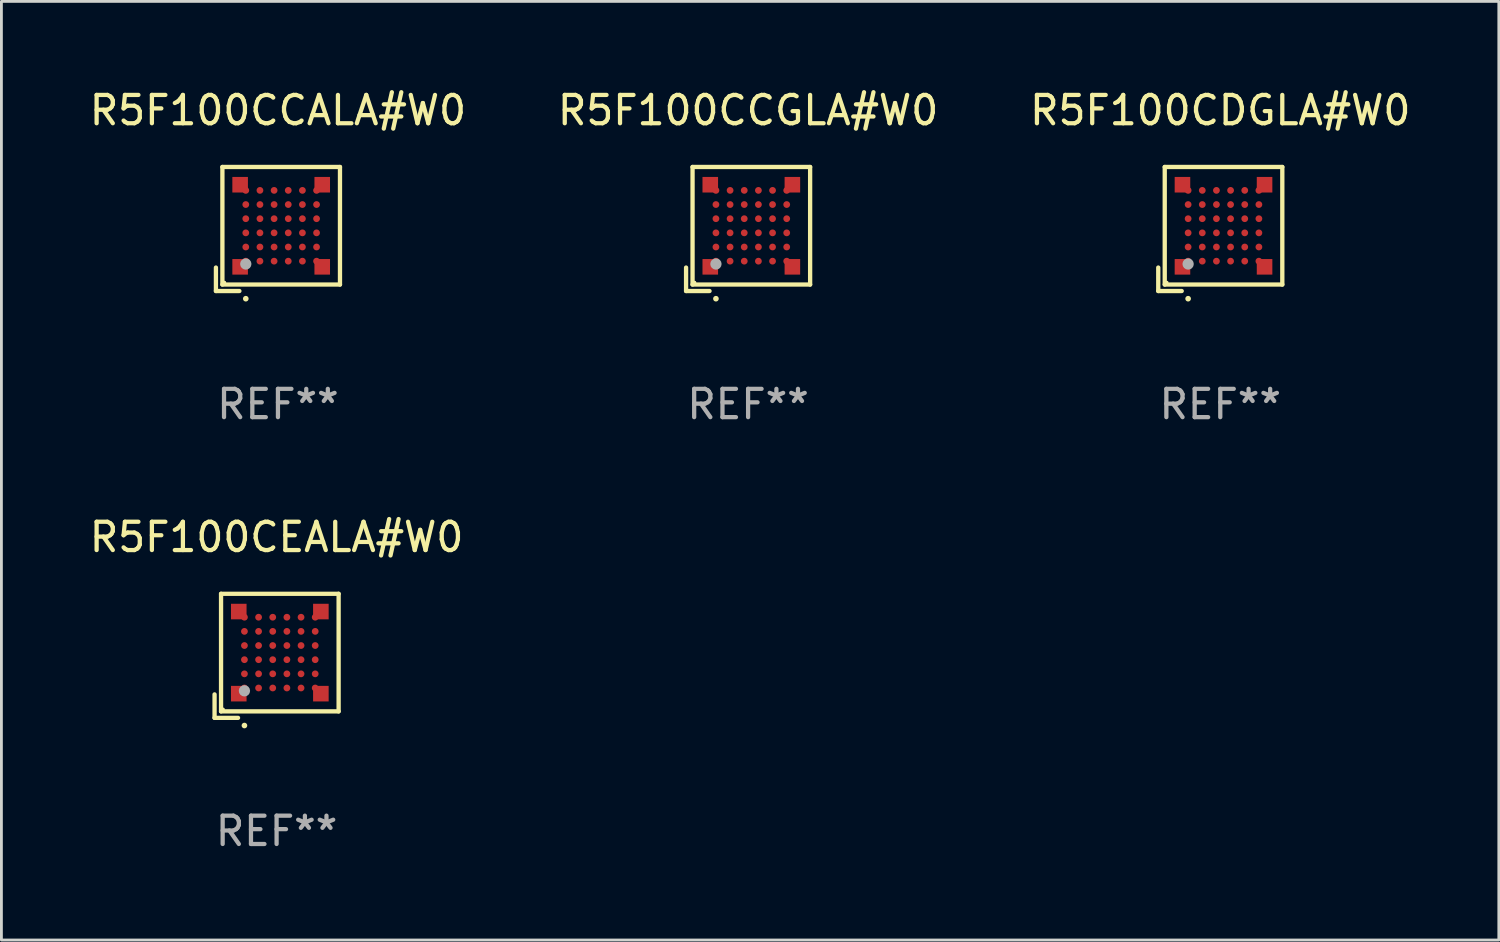
<source format=kicad_pcb>
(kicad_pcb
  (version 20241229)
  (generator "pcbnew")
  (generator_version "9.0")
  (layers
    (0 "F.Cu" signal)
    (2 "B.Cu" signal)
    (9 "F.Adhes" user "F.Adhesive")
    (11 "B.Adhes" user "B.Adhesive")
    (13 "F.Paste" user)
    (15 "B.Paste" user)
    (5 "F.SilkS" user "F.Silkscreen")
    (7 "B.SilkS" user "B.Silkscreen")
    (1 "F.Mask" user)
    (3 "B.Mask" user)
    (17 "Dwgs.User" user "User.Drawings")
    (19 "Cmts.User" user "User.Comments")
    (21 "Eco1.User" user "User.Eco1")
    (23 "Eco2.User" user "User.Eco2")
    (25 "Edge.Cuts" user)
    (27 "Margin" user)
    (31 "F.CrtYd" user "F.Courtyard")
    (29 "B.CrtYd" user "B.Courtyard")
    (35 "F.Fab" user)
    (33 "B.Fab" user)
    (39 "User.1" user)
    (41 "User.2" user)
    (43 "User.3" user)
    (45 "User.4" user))
  (footprint "R5F100CDGLA#W0"
    (layer "F.Cu")
    (at 40.054 5.039)
    (property "Reference" "R5F100CDGLA#W0" (at 0 -4.191 0) (layer "F.SilkS") (effects (font (size 1 1) (thickness 0.15))))
    (attr through_hole)
    (fp_line (start -2.191 1.362) (end -2.191 2.191) (stroke (width 0.152) (type solid)) (layer "F.SilkS"))
    (fp_line (start -2.191 2.191) (end -1.362 2.191) (stroke (width 0.152) (type solid)) (layer "F.SilkS"))
    (fp_line (start -1.962 -2.191) (end 2.191 -2.191) (stroke (width 0.152) (type solid)) (layer "F.SilkS"))
    (fp_line (start -1.962 1.962) (end -1.962 -2.191) (stroke (width 0.152) (type solid)) (layer "F.SilkS"))
    (fp_line (start 2.191 -2.191) (end 2.191 1.962) (stroke (width 0.152) (type solid)) (layer "F.SilkS"))
    (fp_line (start 2.191 1.962) (end -1.962 1.962) (stroke (width 0.152) (type solid)) (layer "F.SilkS"))
    (fp_circle (center -1.886 1.886) (end -1.856 1.886) (stroke (width 0.06) (type solid)) (fill no) (layer "F.SilkS"))
    (fp_circle (center -1.136 2.462) (end -1.086 2.462) (stroke (width 0.1) (type solid)) (fill no) (layer "F.SilkS"))
    (fp_circle (center -1.136 1.236) (end -1.036 1.236) (stroke (width 0.2) (type solid)) (fill no) (layer "F.Fab"))
    (fp_text user "REF**" (at 0 6.191 0) (layer "F.Fab") (effects (font (size 1 1) (thickness 0.15))))
    (pad "A1" smd rect (at -1.336 1.336) (size 0.55 0.55) (layers "F.Cu" "F.Mask" "F.Paste"))
    (pad "A1" smd circle (at -1.136 1.136) (size 0.24 0.24) (layers "F.Cu" "F.Mask" "F.Paste"))
    (pad "A2" smd circle (at -1.136 0.636) (size 0.24 0.24) (layers "F.Cu" "F.Mask" "F.Paste"))
    (pad "A3" smd circle (at -1.136 0.136) (size 0.24 0.24) (layers "F.Cu" "F.Mask" "F.Paste"))
    (pad "A4" smd circle (at -1.136 -0.364) (size 0.24 0.24) (layers "F.Cu" "F.Mask" "F.Paste"))
    (pad "A5" smd circle (at -1.136 -0.864) (size 0.24 0.24) (layers "F.Cu" "F.Mask" "F.Paste"))
    (pad "A6" smd rect (at -1.336 -1.564) (size 0.55 0.55) (layers "F.Cu" "F.Mask" "F.Paste"))
    (pad "A6" smd circle (at -1.136 -1.364) (size 0.24 0.24) (layers "F.Cu" "F.Mask" "F.Paste"))
    (pad "B1" smd circle (at -0.636 1.136) (size 0.24 0.24) (layers "F.Cu" "F.Mask" "F.Paste"))
    (pad "B2" smd circle (at -0.636 0.636) (size 0.24 0.24) (layers "F.Cu" "F.Mask" "F.Paste"))
    (pad "B3" smd circle (at -0.636 0.136) (size 0.24 0.24) (layers "F.Cu" "F.Mask" "F.Paste"))
    (pad "B4" smd circle (at -0.636 -0.364) (size 0.24 0.24) (layers "F.Cu" "F.Mask" "F.Paste"))
    (pad "B5" smd circle (at -0.636 -0.864) (size 0.24 0.24) (layers "F.Cu" "F.Mask" "F.Paste"))
    (pad "B6" smd circle (at -0.636 -1.364) (size 0.24 0.24) (layers "F.Cu" "F.Mask" "F.Paste"))
    (pad "C1" smd circle (at -0.136 1.136) (size 0.24 0.24) (layers "F.Cu" "F.Mask" "F.Paste"))
    (pad "C2" smd circle (at -0.136 0.636) (size 0.24 0.24) (layers "F.Cu" "F.Mask" "F.Paste"))
    (pad "C3" smd circle (at -0.136 0.136) (size 0.24 0.24) (layers "F.Cu" "F.Mask" "F.Paste"))
    (pad "C4" smd circle (at -0.136 -0.364) (size 0.24 0.24) (layers "F.Cu" "F.Mask" "F.Paste"))
    (pad "C5" smd circle (at -0.136 -0.864) (size 0.24 0.24) (layers "F.Cu" "F.Mask" "F.Paste"))
    (pad "C6" smd circle (at -0.136 -1.364) (size 0.24 0.24) (layers "F.Cu" "F.Mask" "F.Paste"))
    (pad "D1" smd circle (at 0.364 1.136) (size 0.24 0.24) (layers "F.Cu" "F.Mask" "F.Paste"))
    (pad "D2" smd circle (at 0.364 0.636) (size 0.24 0.24) (layers "F.Cu" "F.Mask" "F.Paste"))
    (pad "D3" smd circle (at 0.364 0.136) (size 0.24 0.24) (layers "F.Cu" "F.Mask" "F.Paste"))
    (pad "D4" smd circle (at 0.364 -0.364) (size 0.24 0.24) (layers "F.Cu" "F.Mask" "F.Paste"))
    (pad "D5" smd circle (at 0.364 -0.864) (size 0.24 0.24) (layers "F.Cu" "F.Mask" "F.Paste"))
    (pad "D6" smd circle (at 0.364 -1.364) (size 0.24 0.24) (layers "F.Cu" "F.Mask" "F.Paste"))
    (pad "E1" smd circle (at 0.864 1.136) (size 0.24 0.24) (layers "F.Cu" "F.Mask" "F.Paste"))
    (pad "E2" smd circle (at 0.864 0.636) (size 0.24 0.24) (layers "F.Cu" "F.Mask" "F.Paste"))
    (pad "E3" smd circle (at 0.864 0.136) (size 0.24 0.24) (layers "F.Cu" "F.Mask" "F.Paste"))
    (pad "E4" smd circle (at 0.864 -0.364) (size 0.24 0.24) (layers "F.Cu" "F.Mask" "F.Paste"))
    (pad "E5" smd circle (at 0.864 -0.864) (size 0.24 0.24) (layers "F.Cu" "F.Mask" "F.Paste"))
    (pad "E6" smd circle (at 0.864 -1.364) (size 0.24 0.24) (layers "F.Cu" "F.Mask" "F.Paste"))
    (pad "F1" smd circle (at 1.364 1.136) (size 0.24 0.24) (layers "F.Cu" "F.Mask" "F.Paste"))
    (pad "F1" smd rect (at 1.564 1.336) (size 0.55 0.55) (layers "F.Cu" "F.Mask" "F.Paste"))
    (pad "F2" smd circle (at 1.364 0.636) (size 0.24 0.24) (layers "F.Cu" "F.Mask" "F.Paste"))
    (pad "F3" smd circle (at 1.364 0.136) (size 0.24 0.24) (layers "F.Cu" "F.Mask" "F.Paste"))
    (pad "F4" smd circle (at 1.364 -0.364) (size 0.24 0.24) (layers "F.Cu" "F.Mask" "F.Paste"))
    (pad "F5" smd circle (at 1.364 -0.864) (size 0.24 0.24) (layers "F.Cu" "F.Mask" "F.Paste"))
    (pad "F6" smd circle (at 1.364 -1.364) (size 0.24 0.24) (layers "F.Cu" "F.Mask" "F.Paste"))
    (pad "F6" smd rect (at 1.564 -1.564) (size 0.55 0.55) (layers "F.Cu" "F.Mask" "F.Paste")))
  (footprint "R5F100CCALA#W0"
    (layer "F.Cu")
    (at 6.768 5.039)
    (property "Reference" "R5F100CCALA#W0" (at 0 -4.191 0) (layer "F.SilkS") (effects (font (size 1 1) (thickness 0.15))))
    (attr through_hole)
    (fp_line (start -2.191 1.362) (end -2.191 2.191) (stroke (width 0.152) (type solid)) (layer "F.SilkS"))
    (fp_line (start -2.191 2.191) (end -1.362 2.191) (stroke (width 0.152) (type solid)) (layer "F.SilkS"))
    (fp_line (start -1.962 -2.191) (end 2.191 -2.191) (stroke (width 0.152) (type solid)) (layer "F.SilkS"))
    (fp_line (start -1.962 1.962) (end -1.962 -2.191) (stroke (width 0.152) (type solid)) (layer "F.SilkS"))
    (fp_line (start 2.191 -2.191) (end 2.191 1.962) (stroke (width 0.152) (type solid)) (layer "F.SilkS"))
    (fp_line (start 2.191 1.962) (end -1.962 1.962) (stroke (width 0.152) (type solid)) (layer "F.SilkS"))
    (fp_circle (center -1.886 1.886) (end -1.856 1.886) (stroke (width 0.06) (type solid)) (fill no) (layer "F.SilkS"))
    (fp_circle (center -1.136 2.462) (end -1.086 2.462) (stroke (width 0.1) (type solid)) (fill no) (layer "F.SilkS"))
    (fp_circle (center -1.136 1.236) (end -1.036 1.236) (stroke (width 0.2) (type solid)) (fill no) (layer "F.Fab"))
    (fp_text user "REF**" (at 0 6.191 0) (layer "F.Fab") (effects (font (size 1 1) (thickness 0.15))))
    (pad "A1" smd rect (at -1.336 1.336) (size 0.55 0.55) (layers "F.Cu" "F.Mask" "F.Paste"))
    (pad "A1" smd circle (at -1.136 1.136) (size 0.24 0.24) (layers "F.Cu" "F.Mask" "F.Paste"))
    (pad "A2" smd circle (at -1.136 0.636) (size 0.24 0.24) (layers "F.Cu" "F.Mask" "F.Paste"))
    (pad "A3" smd circle (at -1.136 0.136) (size 0.24 0.24) (layers "F.Cu" "F.Mask" "F.Paste"))
    (pad "A4" smd circle (at -1.136 -0.364) (size 0.24 0.24) (layers "F.Cu" "F.Mask" "F.Paste"))
    (pad "A5" smd circle (at -1.136 -0.864) (size 0.24 0.24) (layers "F.Cu" "F.Mask" "F.Paste"))
    (pad "A6" smd rect (at -1.336 -1.564) (size 0.55 0.55) (layers "F.Cu" "F.Mask" "F.Paste"))
    (pad "A6" smd circle (at -1.136 -1.364) (size 0.24 0.24) (layers "F.Cu" "F.Mask" "F.Paste"))
    (pad "B1" smd circle (at -0.636 1.136) (size 0.24 0.24) (layers "F.Cu" "F.Mask" "F.Paste"))
    (pad "B2" smd circle (at -0.636 0.636) (size 0.24 0.24) (layers "F.Cu" "F.Mask" "F.Paste"))
    (pad "B3" smd circle (at -0.636 0.136) (size 0.24 0.24) (layers "F.Cu" "F.Mask" "F.Paste"))
    (pad "B4" smd circle (at -0.636 -0.364) (size 0.24 0.24) (layers "F.Cu" "F.Mask" "F.Paste"))
    (pad "B5" smd circle (at -0.636 -0.864) (size 0.24 0.24) (layers "F.Cu" "F.Mask" "F.Paste"))
    (pad "B6" smd circle (at -0.636 -1.364) (size 0.24 0.24) (layers "F.Cu" "F.Mask" "F.Paste"))
    (pad "C1" smd circle (at -0.136 1.136) (size 0.24 0.24) (layers "F.Cu" "F.Mask" "F.Paste"))
    (pad "C2" smd circle (at -0.136 0.636) (size 0.24 0.24) (layers "F.Cu" "F.Mask" "F.Paste"))
    (pad "C3" smd circle (at -0.136 0.136) (size 0.24 0.24) (layers "F.Cu" "F.Mask" "F.Paste"))
    (pad "C4" smd circle (at -0.136 -0.364) (size 0.24 0.24) (layers "F.Cu" "F.Mask" "F.Paste"))
    (pad "C5" smd circle (at -0.136 -0.864) (size 0.24 0.24) (layers "F.Cu" "F.Mask" "F.Paste"))
    (pad "C6" smd circle (at -0.136 -1.364) (size 0.24 0.24) (layers "F.Cu" "F.Mask" "F.Paste"))
    (pad "D1" smd circle (at 0.364 1.136) (size 0.24 0.24) (layers "F.Cu" "F.Mask" "F.Paste"))
    (pad "D2" smd circle (at 0.364 0.636) (size 0.24 0.24) (layers "F.Cu" "F.Mask" "F.Paste"))
    (pad "D3" smd circle (at 0.364 0.136) (size 0.24 0.24) (layers "F.Cu" "F.Mask" "F.Paste"))
    (pad "D4" smd circle (at 0.364 -0.364) (size 0.24 0.24) (layers "F.Cu" "F.Mask" "F.Paste"))
    (pad "D5" smd circle (at 0.364 -0.864) (size 0.24 0.24) (layers "F.Cu" "F.Mask" "F.Paste"))
    (pad "D6" smd circle (at 0.364 -1.364) (size 0.24 0.24) (layers "F.Cu" "F.Mask" "F.Paste"))
    (pad "E1" smd circle (at 0.864 1.136) (size 0.24 0.24) (layers "F.Cu" "F.Mask" "F.Paste"))
    (pad "E2" smd circle (at 0.864 0.636) (size 0.24 0.24) (layers "F.Cu" "F.Mask" "F.Paste"))
    (pad "E3" smd circle (at 0.864 0.136) (size 0.24 0.24) (layers "F.Cu" "F.Mask" "F.Paste"))
    (pad "E4" smd circle (at 0.864 -0.364) (size 0.24 0.24) (layers "F.Cu" "F.Mask" "F.Paste"))
    (pad "E5" smd circle (at 0.864 -0.864) (size 0.24 0.24) (layers "F.Cu" "F.Mask" "F.Paste"))
    (pad "E6" smd circle (at 0.864 -1.364) (size 0.24 0.24) (layers "F.Cu" "F.Mask" "F.Paste"))
    (pad "F1" smd circle (at 1.364 1.136) (size 0.24 0.24) (layers "F.Cu" "F.Mask" "F.Paste"))
    (pad "F1" smd rect (at 1.564 1.336) (size 0.55 0.55) (layers "F.Cu" "F.Mask" "F.Paste"))
    (pad "F2" smd circle (at 1.364 0.636) (size 0.24 0.24) (layers "F.Cu" "F.Mask" "F.Paste"))
    (pad "F3" smd circle (at 1.364 0.136) (size 0.24 0.24) (layers "F.Cu" "F.Mask" "F.Paste"))
    (pad "F4" smd circle (at 1.364 -0.364) (size 0.24 0.24) (layers "F.Cu" "F.Mask" "F.Paste"))
    (pad "F5" smd circle (at 1.364 -0.864) (size 0.24 0.24) (layers "F.Cu" "F.Mask" "F.Paste"))
    (pad "F6" smd circle (at 1.364 -1.364) (size 0.24 0.24) (layers "F.Cu" "F.Mask" "F.Paste"))
    (pad "F6" smd rect (at 1.564 -1.564) (size 0.55 0.55) (layers "F.Cu" "F.Mask" "F.Paste")))
  (footprint "R5F100CCGLA#W0"
    (layer "F.Cu")
    (at 23.375 5.039)
    (property "Reference" "R5F100CCGLA#W0" (at 0 -4.191 0) (layer "F.SilkS") (effects (font (size 1 1) (thickness 0.15))))
    (attr through_hole)
    (fp_line (start -2.191 1.362) (end -2.191 2.191) (stroke (width 0.152) (type solid)) (layer "F.SilkS"))
    (fp_line (start -2.191 2.191) (end -1.362 2.191) (stroke (width 0.152) (type solid)) (layer "F.SilkS"))
    (fp_line (start -1.962 -2.191) (end 2.191 -2.191) (stroke (width 0.152) (type solid)) (layer "F.SilkS"))
    (fp_line (start -1.962 1.962) (end -1.962 -2.191) (stroke (width 0.152) (type solid)) (layer "F.SilkS"))
    (fp_line (start 2.191 -2.191) (end 2.191 1.962) (stroke (width 0.152) (type solid)) (layer "F.SilkS"))
    (fp_line (start 2.191 1.962) (end -1.962 1.962) (stroke (width 0.152) (type solid)) (layer "F.SilkS"))
    (fp_circle (center -1.886 1.886) (end -1.856 1.886) (stroke (width 0.06) (type solid)) (fill no) (layer "F.SilkS"))
    (fp_circle (center -1.136 2.462) (end -1.086 2.462) (stroke (width 0.1) (type solid)) (fill no) (layer "F.SilkS"))
    (fp_circle (center -1.136 1.236) (end -1.036 1.236) (stroke (width 0.2) (type solid)) (fill no) (layer "F.Fab"))
    (fp_text user "REF**" (at 0 6.191 0) (layer "F.Fab") (effects (font (size 1 1) (thickness 0.15))))
    (pad "A1" smd rect (at -1.336 1.336) (size 0.55 0.55) (layers "F.Cu" "F.Mask" "F.Paste"))
    (pad "A1" smd circle (at -1.136 1.136) (size 0.24 0.24) (layers "F.Cu" "F.Mask" "F.Paste"))
    (pad "A2" smd circle (at -1.136 0.636) (size 0.24 0.24) (layers "F.Cu" "F.Mask" "F.Paste"))
    (pad "A3" smd circle (at -1.136 0.136) (size 0.24 0.24) (layers "F.Cu" "F.Mask" "F.Paste"))
    (pad "A4" smd circle (at -1.136 -0.364) (size 0.24 0.24) (layers "F.Cu" "F.Mask" "F.Paste"))
    (pad "A5" smd circle (at -1.136 -0.864) (size 0.24 0.24) (layers "F.Cu" "F.Mask" "F.Paste"))
    (pad "A6" smd rect (at -1.336 -1.564) (size 0.55 0.55) (layers "F.Cu" "F.Mask" "F.Paste"))
    (pad "A6" smd circle (at -1.136 -1.364) (size 0.24 0.24) (layers "F.Cu" "F.Mask" "F.Paste"))
    (pad "B1" smd circle (at -0.636 1.136) (size 0.24 0.24) (layers "F.Cu" "F.Mask" "F.Paste"))
    (pad "B2" smd circle (at -0.636 0.636) (size 0.24 0.24) (layers "F.Cu" "F.Mask" "F.Paste"))
    (pad "B3" smd circle (at -0.636 0.136) (size 0.24 0.24) (layers "F.Cu" "F.Mask" "F.Paste"))
    (pad "B4" smd circle (at -0.636 -0.364) (size 0.24 0.24) (layers "F.Cu" "F.Mask" "F.Paste"))
    (pad "B5" smd circle (at -0.636 -0.864) (size 0.24 0.24) (layers "F.Cu" "F.Mask" "F.Paste"))
    (pad "B6" smd circle (at -0.636 -1.364) (size 0.24 0.24) (layers "F.Cu" "F.Mask" "F.Paste"))
    (pad "C1" smd circle (at -0.136 1.136) (size 0.24 0.24) (layers "F.Cu" "F.Mask" "F.Paste"))
    (pad "C2" smd circle (at -0.136 0.636) (size 0.24 0.24) (layers "F.Cu" "F.Mask" "F.Paste"))
    (pad "C3" smd circle (at -0.136 0.136) (size 0.24 0.24) (layers "F.Cu" "F.Mask" "F.Paste"))
    (pad "C4" smd circle (at -0.136 -0.364) (size 0.24 0.24) (layers "F.Cu" "F.Mask" "F.Paste"))
    (pad "C5" smd circle (at -0.136 -0.864) (size 0.24 0.24) (layers "F.Cu" "F.Mask" "F.Paste"))
    (pad "C6" smd circle (at -0.136 -1.364) (size 0.24 0.24) (layers "F.Cu" "F.Mask" "F.Paste"))
    (pad "D1" smd circle (at 0.364 1.136) (size 0.24 0.24) (layers "F.Cu" "F.Mask" "F.Paste"))
    (pad "D2" smd circle (at 0.364 0.636) (size 0.24 0.24) (layers "F.Cu" "F.Mask" "F.Paste"))
    (pad "D3" smd circle (at 0.364 0.136) (size 0.24 0.24) (layers "F.Cu" "F.Mask" "F.Paste"))
    (pad "D4" smd circle (at 0.364 -0.364) (size 0.24 0.24) (layers "F.Cu" "F.Mask" "F.Paste"))
    (pad "D5" smd circle (at 0.364 -0.864) (size 0.24 0.24) (layers "F.Cu" "F.Mask" "F.Paste"))
    (pad "D6" smd circle (at 0.364 -1.364) (size 0.24 0.24) (layers "F.Cu" "F.Mask" "F.Paste"))
    (pad "E1" smd circle (at 0.864 1.136) (size 0.24 0.24) (layers "F.Cu" "F.Mask" "F.Paste"))
    (pad "E2" smd circle (at 0.864 0.636) (size 0.24 0.24) (layers "F.Cu" "F.Mask" "F.Paste"))
    (pad "E3" smd circle (at 0.864 0.136) (size 0.24 0.24) (layers "F.Cu" "F.Mask" "F.Paste"))
    (pad "E4" smd circle (at 0.864 -0.364) (size 0.24 0.24) (layers "F.Cu" "F.Mask" "F.Paste"))
    (pad "E5" smd circle (at 0.864 -0.864) (size 0.24 0.24) (layers "F.Cu" "F.Mask" "F.Paste"))
    (pad "E6" smd circle (at 0.864 -1.364) (size 0.24 0.24) (layers "F.Cu" "F.Mask" "F.Paste"))
    (pad "F1" smd circle (at 1.364 1.136) (size 0.24 0.24) (layers "F.Cu" "F.Mask" "F.Paste"))
    (pad "F1" smd rect (at 1.564 1.336) (size 0.55 0.55) (layers "F.Cu" "F.Mask" "F.Paste"))
    (pad "F2" smd circle (at 1.364 0.636) (size 0.24 0.24) (layers "F.Cu" "F.Mask" "F.Paste"))
    (pad "F3" smd circle (at 1.364 0.136) (size 0.24 0.24) (layers "F.Cu" "F.Mask" "F.Paste"))
    (pad "F4" smd circle (at 1.364 -0.364) (size 0.24 0.24) (layers "F.Cu" "F.Mask" "F.Paste"))
    (pad "F5" smd circle (at 1.364 -0.864) (size 0.24 0.24) (layers "F.Cu" "F.Mask" "F.Paste"))
    (pad "F6" smd circle (at 1.364 -1.364) (size 0.24 0.24) (layers "F.Cu" "F.Mask" "F.Paste"))
    (pad "F6" smd rect (at 1.564 -1.564) (size 0.55 0.55) (layers "F.Cu" "F.Mask" "F.Paste")))
  (footprint "R5F100CEALA#W0"
    (layer "F.Cu")
    (at 6.72 20.116)
    (property "Reference" "R5F100CEALA#W0" (at 0 -4.191 0) (layer "F.SilkS") (effects (font (size 1 1) (thickness 0.15))))
    (attr through_hole)
    (fp_line (start -2.191 1.362) (end -2.191 2.191) (stroke (width 0.152) (type solid)) (layer "F.SilkS"))
    (fp_line (start -2.191 2.191) (end -1.362 2.191) (stroke (width 0.152) (type solid)) (layer "F.SilkS"))
    (fp_line (start -1.962 -2.191) (end 2.191 -2.191) (stroke (width 0.152) (type solid)) (layer "F.SilkS"))
    (fp_line (start -1.962 1.962) (end -1.962 -2.191) (stroke (width 0.152) (type solid)) (layer "F.SilkS"))
    (fp_line (start 2.191 -2.191) (end 2.191 1.962) (stroke (width 0.152) (type solid)) (layer "F.SilkS"))
    (fp_line (start 2.191 1.962) (end -1.962 1.962) (stroke (width 0.152) (type solid)) (layer "F.SilkS"))
    (fp_circle (center -1.886 1.886) (end -1.856 1.886) (stroke (width 0.06) (type solid)) (fill no) (layer "F.SilkS"))
    (fp_circle (center -1.136 2.462) (end -1.086 2.462) (stroke (width 0.1) (type solid)) (fill no) (layer "F.SilkS"))
    (fp_circle (center -1.136 1.236) (end -1.036 1.236) (stroke (width 0.2) (type solid)) (fill no) (layer "F.Fab"))
    (fp_text user "REF**" (at 0 6.191 0) (layer "F.Fab") (effects (font (size 1 1) (thickness 0.15))))
    (pad "A1" smd rect (at -1.336 1.336) (size 0.55 0.55) (layers "F.Cu" "F.Mask" "F.Paste"))
    (pad "A1" smd circle (at -1.136 1.136) (size 0.24 0.24) (layers "F.Cu" "F.Mask" "F.Paste"))
    (pad "A2" smd circle (at -1.136 0.636) (size 0.24 0.24) (layers "F.Cu" "F.Mask" "F.Paste"))
    (pad "A3" smd circle (at -1.136 0.136) (size 0.24 0.24) (layers "F.Cu" "F.Mask" "F.Paste"))
    (pad "A4" smd circle (at -1.136 -0.364) (size 0.24 0.24) (layers "F.Cu" "F.Mask" "F.Paste"))
    (pad "A5" smd circle (at -1.136 -0.864) (size 0.24 0.24) (layers "F.Cu" "F.Mask" "F.Paste"))
    (pad "A6" smd rect (at -1.336 -1.564) (size 0.55 0.55) (layers "F.Cu" "F.Mask" "F.Paste"))
    (pad "A6" smd circle (at -1.136 -1.364) (size 0.24 0.24) (layers "F.Cu" "F.Mask" "F.Paste"))
    (pad "B1" smd circle (at -0.636 1.136) (size 0.24 0.24) (layers "F.Cu" "F.Mask" "F.Paste"))
    (pad "B2" smd circle (at -0.636 0.636) (size 0.24 0.24) (layers "F.Cu" "F.Mask" "F.Paste"))
    (pad "B3" smd circle (at -0.636 0.136) (size 0.24 0.24) (layers "F.Cu" "F.Mask" "F.Paste"))
    (pad "B4" smd circle (at -0.636 -0.364) (size 0.24 0.24) (layers "F.Cu" "F.Mask" "F.Paste"))
    (pad "B5" smd circle (at -0.636 -0.864) (size 0.24 0.24) (layers "F.Cu" "F.Mask" "F.Paste"))
    (pad "B6" smd circle (at -0.636 -1.364) (size 0.24 0.24) (layers "F.Cu" "F.Mask" "F.Paste"))
    (pad "C1" smd circle (at -0.136 1.136) (size 0.24 0.24) (layers "F.Cu" "F.Mask" "F.Paste"))
    (pad "C2" smd circle (at -0.136 0.636) (size 0.24 0.24) (layers "F.Cu" "F.Mask" "F.Paste"))
    (pad "C3" smd circle (at -0.136 0.136) (size 0.24 0.24) (layers "F.Cu" "F.Mask" "F.Paste"))
    (pad "C4" smd circle (at -0.136 -0.364) (size 0.24 0.24) (layers "F.Cu" "F.Mask" "F.Paste"))
    (pad "C5" smd circle (at -0.136 -0.864) (size 0.24 0.24) (layers "F.Cu" "F.Mask" "F.Paste"))
    (pad "C6" smd circle (at -0.136 -1.364) (size 0.24 0.24) (layers "F.Cu" "F.Mask" "F.Paste"))
    (pad "D1" smd circle (at 0.364 1.136) (size 0.24 0.24) (layers "F.Cu" "F.Mask" "F.Paste"))
    (pad "D2" smd circle (at 0.364 0.636) (size 0.24 0.24) (layers "F.Cu" "F.Mask" "F.Paste"))
    (pad "D3" smd circle (at 0.364 0.136) (size 0.24 0.24) (layers "F.Cu" "F.Mask" "F.Paste"))
    (pad "D4" smd circle (at 0.364 -0.364) (size 0.24 0.24) (layers "F.Cu" "F.Mask" "F.Paste"))
    (pad "D5" smd circle (at 0.364 -0.864) (size 0.24 0.24) (layers "F.Cu" "F.Mask" "F.Paste"))
    (pad "D6" smd circle (at 0.364 -1.364) (size 0.24 0.24) (layers "F.Cu" "F.Mask" "F.Paste"))
    (pad "E1" smd circle (at 0.864 1.136) (size 0.24 0.24) (layers "F.Cu" "F.Mask" "F.Paste"))
    (pad "E2" smd circle (at 0.864 0.636) (size 0.24 0.24) (layers "F.Cu" "F.Mask" "F.Paste"))
    (pad "E3" smd circle (at 0.864 0.136) (size 0.24 0.24) (layers "F.Cu" "F.Mask" "F.Paste"))
    (pad "E4" smd circle (at 0.864 -0.364) (size 0.24 0.24) (layers "F.Cu" "F.Mask" "F.Paste"))
    (pad "E5" smd circle (at 0.864 -0.864) (size 0.24 0.24) (layers "F.Cu" "F.Mask" "F.Paste"))
    (pad "E6" smd circle (at 0.864 -1.364) (size 0.24 0.24) (layers "F.Cu" "F.Mask" "F.Paste"))
    (pad "F1" smd circle (at 1.364 1.136) (size 0.24 0.24) (layers "F.Cu" "F.Mask" "F.Paste"))
    (pad "F1" smd rect (at 1.564 1.336) (size 0.55 0.55) (layers "F.Cu" "F.Mask" "F.Paste"))
    (pad "F2" smd circle (at 1.364 0.636) (size 0.24 0.24) (layers "F.Cu" "F.Mask" "F.Paste"))
    (pad "F3" smd circle (at 1.364 0.136) (size 0.24 0.24) (layers "F.Cu" "F.Mask" "F.Paste"))
    (pad "F4" smd circle (at 1.364 -0.364) (size 0.24 0.24) (layers "F.Cu" "F.Mask" "F.Paste"))
    (pad "F5" smd circle (at 1.364 -0.864) (size 0.24 0.24) (layers "F.Cu" "F.Mask" "F.Paste"))
    (pad "F6" smd circle (at 1.364 -1.364) (size 0.24 0.24) (layers "F.Cu" "F.Mask" "F.Paste"))
    (pad "F6" smd rect (at 1.564 -1.564) (size 0.55 0.55) (layers "F.Cu" "F.Mask" "F.Paste")))
  (gr_rect
    (start -3 -3)
    (end 49.893 30.155)
    (stroke (width 0.1) (type default))
    (fill no)
    (layer "Edge.Cuts")))
</source>
